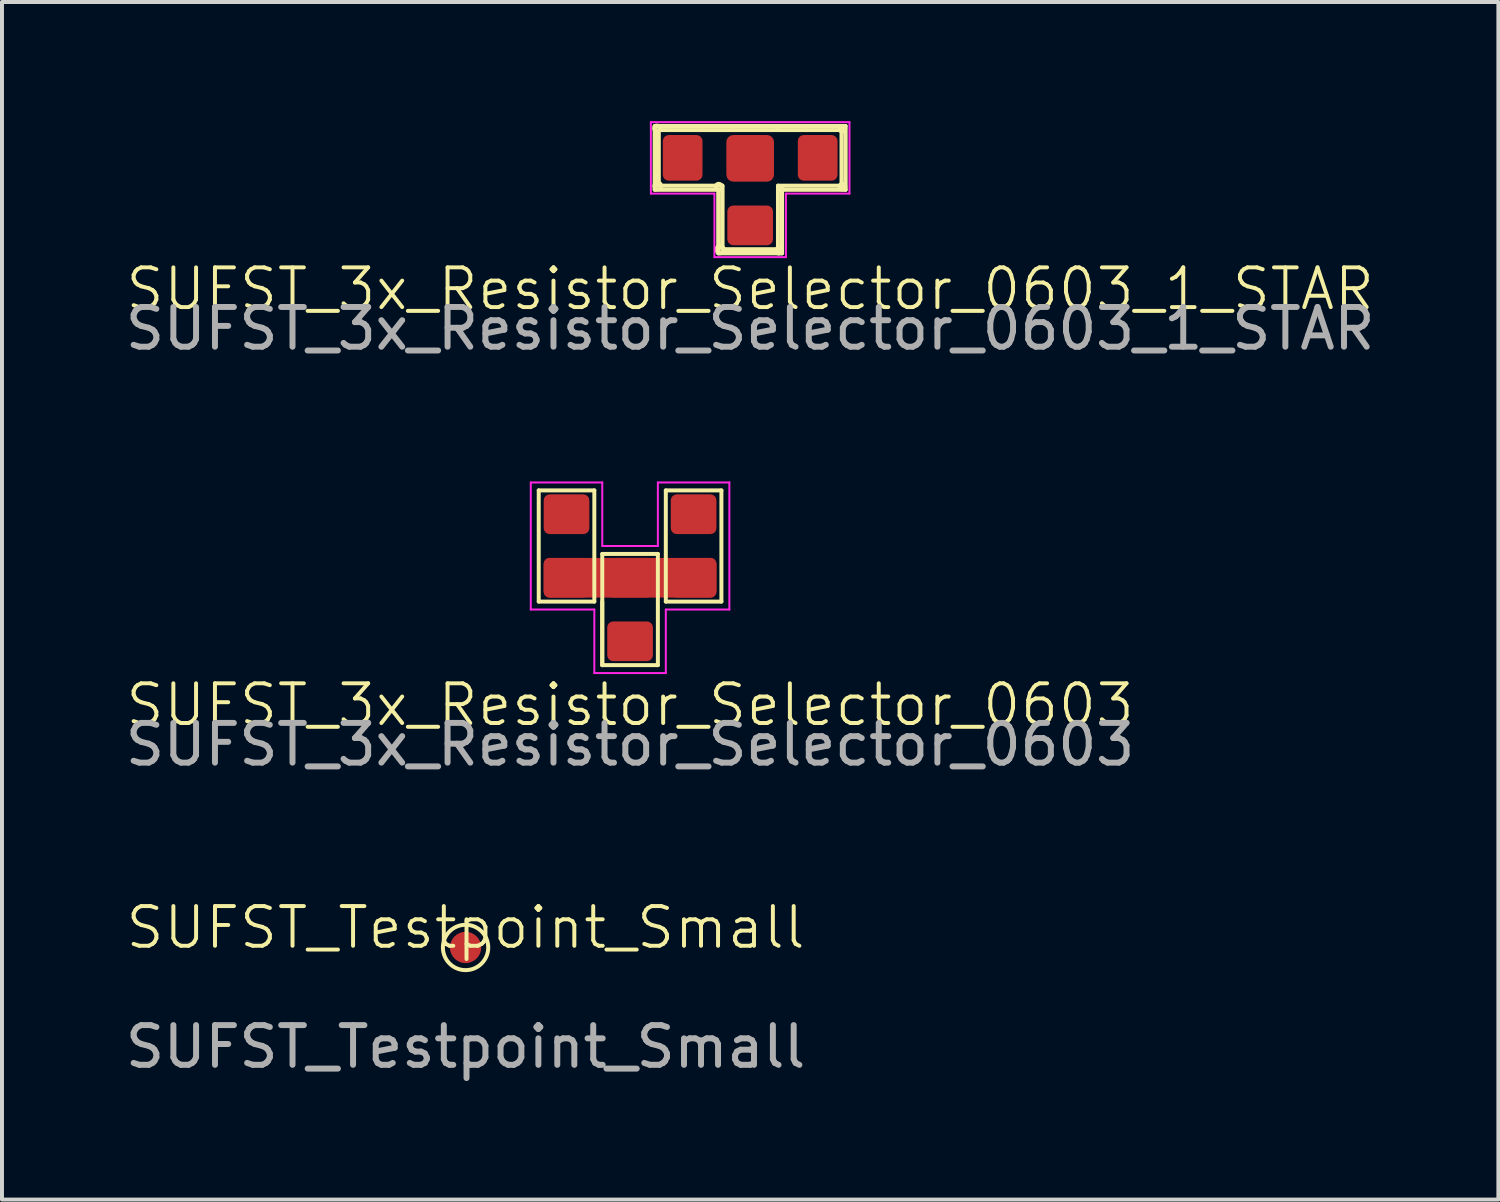
<source format=kicad_pcb>
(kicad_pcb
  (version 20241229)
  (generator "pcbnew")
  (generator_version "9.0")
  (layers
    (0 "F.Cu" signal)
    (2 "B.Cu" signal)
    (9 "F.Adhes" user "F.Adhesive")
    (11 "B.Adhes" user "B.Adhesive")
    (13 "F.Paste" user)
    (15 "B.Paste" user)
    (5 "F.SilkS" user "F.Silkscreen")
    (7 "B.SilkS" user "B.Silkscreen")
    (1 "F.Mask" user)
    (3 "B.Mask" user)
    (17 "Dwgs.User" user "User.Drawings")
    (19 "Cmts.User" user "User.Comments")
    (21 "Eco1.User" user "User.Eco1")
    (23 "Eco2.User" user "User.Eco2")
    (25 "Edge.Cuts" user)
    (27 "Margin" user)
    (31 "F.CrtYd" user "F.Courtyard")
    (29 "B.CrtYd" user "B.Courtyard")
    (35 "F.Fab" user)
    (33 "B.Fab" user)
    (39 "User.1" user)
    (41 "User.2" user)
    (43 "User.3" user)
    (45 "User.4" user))
  (footprint "SUFST_3x_Resistor_Selector_0603_1_STAR"
    (layer "F.Cu")
    (at 15.839 4.725)
    (property "Reference" "SUFST_3x_Resistor_Selector_0603_1_STAR" (at 0 -0.5 0) (unlocked yes) (layer "F.SilkS") (effects (font (size 1 1) (thickness 0.1))))
    (attr smd)
    (fp_line (start -2.4 -4.6) (end -2.4 -3) (stroke (width 0.11) (type solid)) (layer "F.SilkS"))
    (fp_line (start -2.3 -4.5) (end -2.3 -3.1) (stroke (width 0.1) (type default)) (layer "F.SilkS"))
    (fp_line (start -2.3 -3.1) (end -0.7 -3.1) (stroke (width 0.1) (type default)) (layer "F.SilkS"))
    (fp_line (start -0.8 -3) (end -2.4 -3) (stroke (width 0.11) (type solid)) (layer "F.SilkS"))
    (fp_line (start -0.8 -3) (end -0.8 -1.4) (stroke (width 0.11) (type solid)) (layer "F.SilkS"))
    (fp_line (start -0.7 -3.1) (end -0.7 -1.5) (stroke (width 0.1) (type default)) (layer "F.SilkS"))
    (fp_line (start -0.7 -1.5) (end -0.7 -3.1) (stroke (width 0.1) (type default)) (layer "F.SilkS"))
    (fp_line (start -0.7 -1.5) (end 0.7 -1.5) (stroke (width 0.1) (type default)) (layer "F.SilkS"))
    (fp_line (start 0.7 -4.5) (end -2.3 -4.5) (stroke (width 0.1) (type default)) (layer "F.SilkS"))
    (fp_line (start 0.7 -4.5) (end 2.3 -4.5) (stroke (width 0.1) (type default)) (layer "F.SilkS"))
    (fp_line (start 0.7 -3.1) (end 0.7 -1.5) (stroke (width 0.1) (type default)) (layer "F.SilkS"))
    (fp_line (start 0.8 -3) (end 0.8 -1.4) (stroke (width 0.11) (type solid)) (layer "F.SilkS"))
    (fp_line (start 0.8 -1.4) (end -0.8 -1.4) (stroke (width 0.11) (type solid)) (layer "F.SilkS"))
    (fp_line (start 2.3 -4.5) (end 2.3 -3.1) (stroke (width 0.1) (type default)) (layer "F.SilkS"))
    (fp_line (start 2.3 -3.1) (end 0.7 -3.1) (stroke (width 0.1) (type default)) (layer "F.SilkS"))
    (fp_line (start 2.4 -4.6) (end -2.4 -4.6) (stroke (width 0.11) (type solid)) (layer "F.SilkS"))
    (fp_line (start 2.4 -4.6) (end 2.4 -3) (stroke (width 0.11) (type solid)) (layer "F.SilkS"))
    (fp_line (start 2.4 -3) (end 0.8 -3) (stroke (width 0.11) (type solid)) (layer "F.SilkS"))
    (fp_circle (center -2.347 -4.543) (end -2.328 -4.536) (stroke (width 0.1) (type default)) (fill no) (layer "F.SilkS"))
    (fp_circle (center -2.327 -3.091) (end -2.327 -3.055) (stroke (width 0.1) (type default)) (fill no) (layer "F.SilkS"))
    (fp_circle (center -0.792 -3.07) (end -0.767 -3.059) (stroke (width 0.1) (type default)) (fill no) (layer "F.SilkS"))
    (fp_circle (center -0.758 -1.491) (end -0.722 -1.467) (stroke (width 0.1) (type default)) (fill no) (layer "F.SilkS"))
    (fp_circle (center 0.72 -1.461) (end 0.74 -1.454) (stroke (width 0.1) (type default)) (fill no) (layer "F.SilkS"))
    (fp_circle (center 0.741 -1.461) (end 0.786 -1.433) (stroke (width 0.1) (type default)) (fill no) (layer "F.SilkS"))
    (fp_circle (center 0.763 -3.031) (end 0.808 -3.003) (stroke (width 0.1) (type default)) (fill no) (layer "F.SilkS"))
    (fp_circle (center 2.319 -4.533) (end 2.338 -4.526) (stroke (width 0.1) (type default)) (fill no) (layer "F.SilkS"))
    (fp_circle (center 2.322 -3.074) (end 2.342 -3.067) (stroke (width 0.1) (type default)) (fill no) (layer "F.SilkS"))
    (fp_circle (center 2.34 -4.533) (end 2.385 -4.505) (stroke (width 0.1) (type default)) (fill no) (layer "F.SilkS"))
    (fp_circle (center 2.343 -3.074) (end 2.388 -3.046) (stroke (width 0.1) (type default)) (fill no) (layer "F.SilkS"))
    (fp_line (start -2.5 -2.9) (end -2.5 -4.7) (stroke (width 0.05) (type default)) (layer "F.CrtYd"))
    (fp_line (start -0.9 -2.9) (end -2.5 -2.9) (stroke (width 0.05) (type default)) (layer "F.CrtYd"))
    (fp_line (start -0.9 -1.3) (end -0.9 -2.9) (stroke (width 0.05) (type default)) (layer "F.CrtYd"))
    (fp_line (start 0.9 -2.9) (end 0.9 -1.3) (stroke (width 0.05) (type default)) (layer "F.CrtYd"))
    (fp_line (start 0.9 -2.9) (end 2.5 -2.9) (stroke (width 0.05) (type default)) (layer "F.CrtYd"))
    (fp_line (start 0.9 -1.3) (end -0.9 -1.3) (stroke (width 0.05) (type default)) (layer "F.CrtYd"))
    (fp_line (start 2.5 -4.7) (end -2.5 -4.7) (stroke (width 0.05) (type default)) (layer "F.CrtYd"))
    (fp_line (start 2.5 -4.7) (end 2.5 -2.9) (stroke (width 0.05) (type default)) (layer "F.CrtYd"))
    (fp_text user "${REFERENCE}" (at 0 0.5 0) (unlocked yes) (layer "F.Fab") (effects (font (size 1 1) (thickness 0.15))))
    (pad "1" smd roundrect (at -1.7 -3.8 90) (size 1.15 1) (layers "F.Cu" "F.Mask" "F.Paste") (roundrect_rratio 0.15))
    (pad "2" smd roundrect (at 0 -2.1) (size 1.15 1) (layers "F.Cu" "F.Mask" "F.Paste") (roundrect_rratio 0.15))
    (pad "3" smd roundrect (at 1.7 -3.8 270) (size 1.15 1) (layers "F.Cu" "F.Mask" "F.Paste") (roundrect_rratio 0.15))
    (pad "4" smd roundrect (at 0 -3.788 270) (size 1.175 1.2) (layers "F.Cu" "F.Mask" "F.Paste") (roundrect_rratio 0.15)))
  (footprint "SUFST_Testpoint_Small"
    (layer "F.Cu")
    (at 8.673 20.807)
    (property "Reference" "SUFST_Testpoint_Small" (at 0 -0.5 0) (unlocked yes) (layer "F.SilkS") (effects (font (size 1 1) (thickness 0.1))))
    (attr exclude_from_pos_files exclude_from_bom)
    (fp_circle (center 0 0) (end 0.571 0) (stroke (width 0.1) (type solid)) (fill no) (layer "F.SilkS"))
    (fp_text user "${REFERENCE}" (at 0 2.5 0) (unlocked yes) (layer "F.Fab") (effects (font (size 1 1) (thickness 0.15))))
    (pad "1" smd circle (at 0 0) (size 0.787 0.787) (property pad_prop_testpoint) (layers "F.Cu" "F.Mask" "F.Paste")))
  (footprint "SUFST_3x_Resistor_Selector_0603"
    (layer "F.Cu")
    (at 12.815 15.198)
    (property "Reference" "SUFST_3x_Resistor_Selector_0603" (at 0 -0.5 0) (unlocked yes) (layer "F.SilkS") (effects (font (size 1 1) (thickness 0.1))))
    (attr smd)
    (fp_line (start -2.3 -5.9) (end -2.3 -3.1) (stroke (width 0.1) (type default)) (layer "F.SilkS"))
    (fp_line (start -2.3 -3.1) (end -0.9 -3.1) (stroke (width 0.1) (type default)) (layer "F.SilkS"))
    (fp_line (start -0.9 -5.9) (end -2.3 -5.9) (stroke (width 0.1) (type default)) (layer "F.SilkS"))
    (fp_line (start -0.9 -3.1) (end -0.9 -5.9) (stroke (width 0.1) (type default)) (layer "F.SilkS"))
    (fp_line (start -0.7 -4.3) (end 0.7 -4.3) (stroke (width 0.1) (type default)) (layer "F.SilkS"))
    (fp_line (start -0.7 -3.1) (end -0.7 -1.5) (stroke (width 0.1) (type default)) (layer "F.SilkS"))
    (fp_line (start -0.7 -1.5) (end -0.7 -4.3) (stroke (width 0.1) (type default)) (layer "F.SilkS"))
    (fp_line (start -0.7 -1.5) (end 0.7 -1.5) (stroke (width 0.1) (type default)) (layer "F.SilkS"))
    (fp_line (start 0.7 -4.3) (end 0.7 -1.5) (stroke (width 0.1) (type default)) (layer "F.SilkS"))
    (fp_line (start 0.9 -5.9) (end 2.3 -5.9) (stroke (width 0.1) (type default)) (layer "F.SilkS"))
    (fp_line (start 0.9 -3.1) (end 0.9 -5.9) (stroke (width 0.1) (type default)) (layer "F.SilkS"))
    (fp_line (start 2.3 -5.9) (end 2.3 -3.1) (stroke (width 0.1) (type default)) (layer "F.SilkS"))
    (fp_line (start 2.3 -3.1) (end 0.9 -3.1) (stroke (width 0.1) (type default)) (layer "F.SilkS"))
    (fp_line (start -2.5 -6.1) (end -0.7 -6.1) (stroke (width 0.05) (type default)) (layer "F.CrtYd"))
    (fp_line (start -2.5 -2.9) (end -2.5 -6.1) (stroke (width 0.05) (type default)) (layer "F.CrtYd"))
    (fp_line (start -0.9 -2.9) (end -2.5 -2.9) (stroke (width 0.05) (type default)) (layer "F.CrtYd"))
    (fp_line (start -0.9 -1.3) (end -0.9 -2.9) (stroke (width 0.05) (type default)) (layer "F.CrtYd"))
    (fp_line (start -0.7 -6.1) (end -0.7 -4.5) (stroke (width 0.05) (type default)) (layer "F.CrtYd"))
    (fp_line (start -0.7 -4.5) (end 0.7 -4.5) (stroke (width 0.05) (type default)) (layer "F.CrtYd"))
    (fp_line (start 0.7 -6.1) (end 2.5 -6.1) (stroke (width 0.05) (type default)) (layer "F.CrtYd"))
    (fp_line (start 0.7 -4.5) (end 0.7 -6.1) (stroke (width 0.05) (type default)) (layer "F.CrtYd"))
    (fp_line (start 0.9 -2.9) (end 0.9 -1.3) (stroke (width 0.05) (type default)) (layer "F.CrtYd"))
    (fp_line (start 0.9 -1.3) (end -0.9 -1.3) (stroke (width 0.05) (type default)) (layer "F.CrtYd"))
    (fp_line (start 2.5 -6.1) (end 2.5 -2.9) (stroke (width 0.05) (type default)) (layer "F.CrtYd"))
    (fp_line (start 2.5 -2.9) (end 0.9 -2.9) (stroke (width 0.05) (type default)) (layer "F.CrtYd"))
    (fp_text user "${REFERENCE}" (at 0 0.5 0) (unlocked yes) (layer "F.Fab") (effects (font (size 1 1) (thickness 0.15))))
    (pad "1" smd roundrect (at -1.6 -5.3) (size 1.15 1) (layers "F.Cu" "F.Mask" "F.Paste") (roundrect_rratio 0.15))
    (pad "2" smd roundrect (at 0 -2.1) (size 1.15 1) (layers "F.Cu" "F.Mask" "F.Paste") (roundrect_rratio 0.15))
    (pad "3" smd roundrect (at 1.6 -5.3) (size 1.15 1) (layers "F.Cu" "F.Mask" "F.Paste") (roundrect_rratio 0.15))
    (pad "4" smd roundrect (at -1.6 -3.7) (size 1.15 1) (layers "F.Cu" "F.Mask" "F.Paste") (roundrect_rratio 0.15))
    (pad "4" smd roundrect (at 0 -3.7) (size 1.15 1) (layers "F.Cu" "F.Mask" "F.Paste") (roundrect_rratio 0.15))
    (pad "4" smd roundrect (at 0 -3.7) (size 4.35 1) (layers "F.Cu") (roundrect_rratio 0.15))
    (pad "4" smd roundrect (at 1.6 -3.7) (size 1.15 1) (layers "F.Cu" "F.Mask" "F.Paste") (roundrect_rratio 0.15)))
  (gr_rect
    (start -3 -3)
    (end 34.679 27.155)
    (stroke (width 0.1) (type default))
    (fill no)
    (layer "Edge.Cuts")))
</source>
